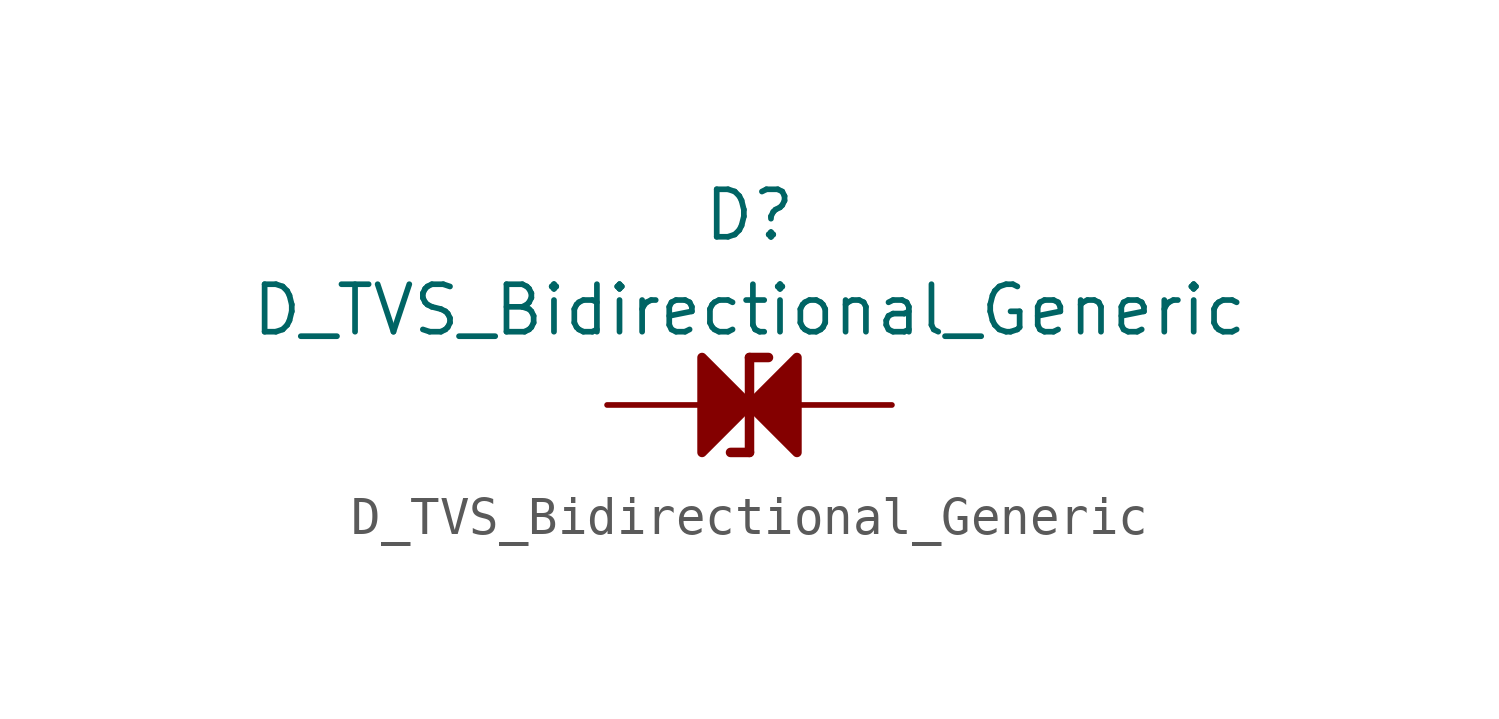
<source format=kicad_sym>
(kicad_symbol_lib
  (version 20211014)
  (generator kicad_symbol_editor)
  (symbol "D_TVS_Bidirectional_Generic"
    (pin_numbers hide)
    (pin_names
      (offset 1.016) hide)
    (property "Reference" "D"
      (at 0 5.08 0)
      (effects (font (size 1.27 1.27))))
    (property "Value" "D_TVS_Bidirectional_Generic"
      (at 0 2.54 0)
      (effects (font (size 1.27 1.27))))
    (symbol "D_TVS_Bidirectional_Generic_0_1"
      (polyline (pts (xy 0 -1.27) (xy -0.508 -1.27)) (stroke (width 0.254) (type default) (color 0 0 0 0)) (fill (type none)))
      (polyline (pts (xy 0 1.27) (xy 0 -1.27)) (stroke (width 0.254) (type default) (color 0 0 0 0)) (fill (type none)))
      (polyline (pts (xy 0 1.27) (xy 0.508 1.27)) (stroke (width 0.254) (type default) (color 0 0 0 0)) (fill (type none)))
      (polyline (pts (xy 1.27 0) (xy -1.27 0)) (stroke (width 0) (type default) (color 0 0 0 0)) (fill (type none)))
      (polyline (pts (xy 0 0) (xy -1.27 1.27) (xy -1.27 -1.27) (xy 0 0)) (stroke (width 0.254) (type default) (color 0 0 0 0)) (fill (type outline)))
      (polyline (pts (xy 1.27 1.27) (xy 1.27 -1.27) (xy 0 0) (xy 1.27 1.27)) (stroke (width 0.254) (type default) (color 0 0 0 0)) (fill (type outline))))
    (symbol "D_TVS_Bidirectional_Generic_1_1"
      (pin passive line (at -3.81 0 0) (length 2.54) (name "K" (effects (font (size 1.27 1.27)))) (number "1" (effects (font (size 1.27 1.27)))))
      (pin passive line (at 3.81 0 180) (length 2.54) (name "A" (effects (font (size 1.27 1.27)))) (number "2" (effects (font (size 1.27 1.27))))))))
</source>
